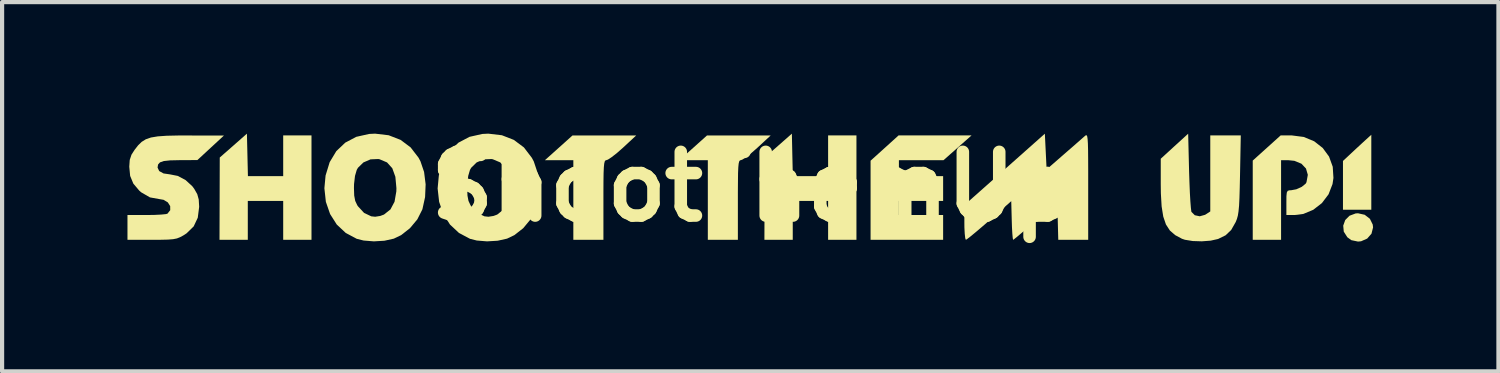
<source format=kicad_pcb>
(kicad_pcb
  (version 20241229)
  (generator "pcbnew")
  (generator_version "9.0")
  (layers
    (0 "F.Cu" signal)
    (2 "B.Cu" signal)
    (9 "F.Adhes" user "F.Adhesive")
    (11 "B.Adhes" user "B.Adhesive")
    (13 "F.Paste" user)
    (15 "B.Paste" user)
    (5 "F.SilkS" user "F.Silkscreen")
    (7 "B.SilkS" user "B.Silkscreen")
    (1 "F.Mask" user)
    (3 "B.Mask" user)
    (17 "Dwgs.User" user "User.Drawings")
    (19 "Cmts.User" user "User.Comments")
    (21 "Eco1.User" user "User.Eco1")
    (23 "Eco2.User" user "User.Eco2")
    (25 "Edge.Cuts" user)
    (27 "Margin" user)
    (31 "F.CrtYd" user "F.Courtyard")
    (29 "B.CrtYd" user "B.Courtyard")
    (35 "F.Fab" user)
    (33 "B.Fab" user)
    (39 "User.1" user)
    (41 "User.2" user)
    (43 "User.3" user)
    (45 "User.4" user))
  (footprint "ShootThemUp"
    (layer "F.Cu")
    (at 14.944 1.418)
    (property "Reference" "ShootThemUp" (at 0 0 0) (layer "F.SilkS") (effects (font (size 1.524 1.524) (thickness 0.3))))
    (attr board_only exclude_from_pos_files exclude_from_bom)
    (fp_poly (pts (xy 14.817 0.55) (xy 14.139 0.55) (xy 14.139 -0.617) (xy 14.319 -0.785) (xy 14.455 -0.912) (xy 14.597 -1.043) (xy 14.658 -1.099) (xy 14.817 -1.244)) (stroke (width 0) (type solid)) (fill yes) (layer "F.SilkS"))
    (fp_poly (pts (xy -12.074 -0.762) (xy -12.062 -0.254) (xy -11.218 -0.254) (xy -11.218 -1.228) (xy -10.541 -1.228) (xy -10.541 1.27) (xy -11.218 1.27) (xy -11.218 0.339) (xy -12.065 0.339) (xy -12.065 1.27) (xy -12.742 1.27) (xy -12.736 -0.699) (xy -12.411 -0.984) (xy -12.086 -1.27)) (stroke (width 0) (type solid)) (fill yes) (layer "F.SilkS"))
    (fp_poly (pts (xy 0.964 -0.762) (xy 0.976 -0.254) (xy 1.82 -0.254) (xy 1.82 -1.228) (xy 2.498 -1.228) (xy 2.498 1.27) (xy 1.82 1.27) (xy 1.82 0.339) (xy 0.974 0.339) (xy 0.974 1.27) (xy 0.296 1.27) (xy 0.299 0.286) (xy 0.303 -0.699) (xy 0.628 -0.984) (xy 0.953 -1.27)) (stroke (width 0) (type solid)) (fill yes) (layer "F.SilkS"))
    (fp_poly (pts (xy 4.916 -0.931) (xy 4.581 -0.635) (xy 3.514 -0.635) (xy 3.514 -0.254) (xy 4.572 -0.254) (xy 4.572 0.339) (xy 3.514 0.339) (xy 3.514 0.677) (xy 4.572 0.677) (xy 4.572 1.27) (xy 2.836 1.27) (xy 2.836 -0.623) (xy 3.171 -0.925) (xy 3.506 -1.228) (xy 5.252 -1.228)) (stroke (width 0) (type solid)) (fill yes) (layer "F.SilkS"))
    (fp_poly (pts (xy 14.659 0.671) (xy 14.783 0.767) (xy 14.851 0.905) (xy 14.859 0.974) (xy 14.821 1.124) (xy 14.718 1.241) (xy 14.572 1.305) (xy 14.499 1.312) (xy 14.338 1.278) (xy 14.243 1.208) (xy 14.158 1.074) (xy 14.145 0.931) (xy 14.193 0.797) (xy 14.295 0.694) (xy 14.442 0.639) (xy 14.499 0.635)) (stroke (width 0) (type solid)) (fill yes) (layer "F.SilkS"))
    (fp_poly (pts (xy -3.09 -0.932) (xy -3.231 -0.808) (xy -3.356 -0.71) (xy -3.447 -0.65) (xy -3.482 -0.637) (xy -3.506 -0.631) (xy -3.524 -0.607) (xy -3.537 -0.554) (xy -3.546 -0.464) (xy -3.552 -0.325) (xy -3.555 -0.128) (xy -3.556 0.139) (xy -3.556 0.318) (xy -3.556 1.27) (xy -4.276 1.27) (xy -4.276 -0.635) (xy -4.956 -0.635) (xy -4.627 -0.93) (xy -4.297 -1.226) (xy -3.535 -1.226) (xy -2.773 -1.226)) (stroke (width 0) (type solid)) (fill yes) (layer "F.SilkS"))
    (fp_poly (pts (xy 0.127 -0.932) (xy -0.014 -0.808) (xy -0.138 -0.71) (xy -0.23 -0.65) (xy -0.265 -0.637) (xy -0.289 -0.631) (xy -0.307 -0.607) (xy -0.32 -0.554) (xy -0.329 -0.464) (xy -0.335 -0.325) (xy -0.337 -0.128) (xy -0.339 0.139) (xy -0.339 0.318) (xy -0.339 1.27) (xy -1.058 1.27) (xy -1.058 -0.635) (xy -1.739 -0.635) (xy -1.409 -0.93) (xy -1.079 -1.226) (xy -0.318 -1.226) (xy 0.445 -1.226)) (stroke (width 0) (type solid)) (fill yes) (layer "F.SilkS"))
    (fp_poly (pts (xy 13.201 -1.191) (xy 13.451 -1.087) (xy 13.655 -0.927) (xy 13.806 -0.721) (xy 13.894 -0.478) (xy 13.911 -0.21) (xy 13.889 -0.064) (xy 13.794 0.181) (xy 13.635 0.391) (xy 13.429 0.551) (xy 13.19 0.651) (xy 12.983 0.677) (xy 12.785 0.677) (xy 12.785 0.381) (xy 12.786 0.226) (xy 12.795 0.138) (xy 12.818 0.097) (xy 12.862 0.085) (xy 12.893 0.085) (xy 13.023 0.061) (xy 13.152 0.003) (xy 13.245 -0.072) (xy 13.266 -0.108) (xy 13.298 -0.285) (xy 13.254 -0.436) (xy 13.145 -0.551) (xy 12.977 -0.62) (xy 12.83 -0.635) (xy 12.658 -0.635) (xy 12.658 1.27) (xy 11.98 1.27) (xy 11.98 -0.626) (xy 12.314 -0.927) (xy 12.648 -1.228) (xy 12.914 -1.228)) (stroke (width 0) (type solid)) (fill yes) (layer "F.SilkS"))
    (fp_poly (pts (xy 10.457 -0.37) (xy 10.466 -0.099) (xy 10.476 0.147) (xy 10.488 0.353) (xy 10.5 0.506) (xy 10.511 0.593) (xy 10.515 0.604) (xy 10.594 0.682) (xy 10.712 0.707) (xy 10.838 0.672) (xy 10.859 0.66) (xy 10.964 0.591) (xy 10.964 -1.228) (xy 11.694 -1.228) (xy 11.676 -0.286) (xy 11.669 0.028) (xy 11.662 0.27) (xy 11.653 0.452) (xy 11.64 0.588) (xy 11.624 0.69) (xy 11.602 0.77) (xy 11.574 0.841) (xy 11.571 0.847) (xy 11.464 1.035) (xy 11.332 1.161) (xy 11.151 1.25) (xy 11.147 1.251) (xy 10.973 1.29) (xy 10.761 1.306) (xy 10.544 1.299) (xy 10.358 1.269) (xy 10.287 1.245) (xy 10.123 1.157) (xy 9.997 1.047) (xy 9.903 0.902) (xy 9.839 0.714) (xy 9.8 0.47) (xy 9.782 0.159) (xy 9.779 -0.068) (xy 9.779 -0.67) (xy 10.107 -0.97) (xy 10.435 -1.269)) (stroke (width 0) (type solid)) (fill yes) (layer "F.SilkS"))
    (fp_poly (pts (xy 7.027 -0.842) (xy 7.048 -0.415) (xy 7.472 -0.784) (xy 7.636 -0.927) (xy 7.783 -1.055) (xy 7.897 -1.155) (xy 7.964 -1.214) (xy 7.969 -1.218) (xy 7.99 -1.233) (xy 8.007 -1.23) (xy 8.02 -1.201) (xy 8.029 -1.139) (xy 8.036 -1.033) (xy 8.04 -0.877) (xy 8.042 -0.662) (xy 8.043 -0.379) (xy 8.043 -0.02) (xy 8.043 1.27) (xy 7.327 1.27) (xy 7.315 0.816) (xy 7.303 0.363) (xy 6.786 0.816) (xy 6.611 0.969) (xy 6.458 1.099) (xy 6.34 1.199) (xy 6.266 1.258) (xy 6.247 1.27) (xy 6.238 1.231) (xy 6.228 1.124) (xy 6.219 0.966) (xy 6.214 0.808) (xy 6.202 0.345) (xy 5.677 0.808) (xy 5.499 0.962) (xy 5.343 1.094) (xy 5.219 1.196) (xy 5.139 1.257) (xy 5.116 1.27) (xy 5.101 1.231) (xy 5.089 1.125) (xy 5.081 0.971) (xy 5.08 0.855) (xy 5.08 0.44) (xy 6.043 -0.414) (xy 7.006 -1.269)) (stroke (width 0) (type solid)) (fill yes) (layer "F.SilkS"))
    (fp_poly (pts (xy -8.695 -1.232) (xy -8.409 -1.121) (xy -8.169 -0.941) (xy -7.979 -0.694) (xy -7.933 -0.607) (xy -7.847 -0.353) (xy -7.81 -0.058) (xy -7.823 0.247) (xy -7.886 0.534) (xy -7.891 0.548) (xy -8.009 0.781) (xy -8.185 0.992) (xy -8.396 1.158) (xy -8.571 1.242) (xy -8.796 1.292) (xy -9.05 1.307) (xy -9.295 1.287) (xy -9.458 1.246) (xy -9.721 1.106) (xy -9.936 0.905) (xy -10.096 0.653) (xy -10.197 0.361) (xy -10.232 0.04) (xy -10.232 0.032) (xy -9.525 0.032) (xy -9.519 0.212) (xy -9.495 0.338) (xy -9.447 0.441) (xy -9.428 0.469) (xy -9.283 0.626) (xy -9.111 0.708) (xy -9.017 0.718) (xy -8.896 0.699) (xy -8.807 0.666) (xy -8.652 0.543) (xy -8.554 0.359) (xy -8.511 0.112) (xy -8.509 0.034) (xy -8.534 -0.238) (xy -8.608 -0.443) (xy -8.734 -0.582) (xy -8.911 -0.657) (xy -8.943 -0.663) (xy -9.128 -0.655) (xy -9.299 -0.581) (xy -9.429 -0.454) (xy -9.458 -0.403) (xy -9.5 -0.26) (xy -9.523 -0.063) (xy -9.525 0.032) (xy -10.232 0.032) (xy -10.204 -0.269) (xy -10.106 -0.588) (xy -9.947 -0.852) (xy -9.733 -1.055) (xy -9.47 -1.194) (xy -9.162 -1.263) (xy -9.019 -1.27)) (stroke (width 0) (type solid)) (fill yes) (layer "F.SilkS"))
    (fp_poly (pts (xy -5.985 -1.232) (xy -5.7 -1.121) (xy -5.459 -0.941) (xy -5.27 -0.694) (xy -5.223 -0.607) (xy -5.138 -0.353) (xy -5.101 -0.058) (xy -5.113 0.247) (xy -5.177 0.534) (xy -5.182 0.548) (xy -5.3 0.781) (xy -5.475 0.992) (xy -5.687 1.158) (xy -5.862 1.242) (xy -6.087 1.292) (xy -6.341 1.307) (xy -6.586 1.287) (xy -6.748 1.246) (xy -7.012 1.106) (xy -7.227 0.905) (xy -7.387 0.653) (xy -7.487 0.361) (xy -7.523 0.04) (xy -7.522 0.032) (xy -6.816 0.032) (xy -6.809 0.212) (xy -6.785 0.338) (xy -6.737 0.441) (xy -6.719 0.469) (xy -6.574 0.626) (xy -6.402 0.708) (xy -6.308 0.718) (xy -6.186 0.699) (xy -6.097 0.666) (xy -5.943 0.543) (xy -5.844 0.359) (xy -5.802 0.112) (xy -5.8 0.034) (xy -5.824 -0.238) (xy -5.899 -0.443) (xy -6.024 -0.582) (xy -6.202 -0.657) (xy -6.233 -0.663) (xy -6.419 -0.655) (xy -6.59 -0.581) (xy -6.72 -0.454) (xy -6.749 -0.403) (xy -6.791 -0.26) (xy -6.813 -0.063) (xy -6.816 0.032) (xy -7.522 0.032) (xy -7.494 -0.269) (xy -7.397 -0.588) (xy -7.238 -0.852) (xy -7.024 -1.055) (xy -6.76 -1.194) (xy -6.453 -1.263) (xy -6.31 -1.27)) (stroke (width 0) (type solid)) (fill yes) (layer "F.SilkS"))
    (fp_poly (pts (xy -12.636 -1.225) (xy -12.954 -0.931) (xy -13.271 -0.638) (xy -13.697 -0.636) (xy -13.921 -0.631) (xy -14.073 -0.615) (xy -14.166 -0.583) (xy -14.212 -0.532) (xy -14.224 -0.459) (xy -14.185 -0.375) (xy -14.081 -0.318) (xy -13.929 -0.296) (xy -13.929 -0.296) (xy -13.741 -0.259) (xy -13.553 -0.159) (xy -13.393 -0.012) (xy -13.346 0.051) (xy -13.274 0.178) (xy -13.239 0.305) (xy -13.229 0.472) (xy -13.229 0.484) (xy -13.262 0.741) (xy -13.36 0.949) (xy -13.53 1.115) (xy -13.607 1.165) (xy -13.685 1.207) (xy -13.761 1.237) (xy -13.852 1.255) (xy -13.977 1.265) (xy -14.152 1.269) (xy -14.365 1.27) (xy -14.944 1.27) (xy -14.944 0.677) (xy -14.489 0.677) (xy -14.298 0.674) (xy -14.137 0.666) (xy -14.027 0.655) (xy -13.988 0.645) (xy -13.921 0.561) (xy -13.922 0.464) (xy -13.978 0.375) (xy -14.08 0.313) (xy -14.179 0.296) (xy -14.406 0.255) (xy -14.615 0.134) (xy -14.662 0.093) (xy -14.804 -0.075) (xy -14.88 -0.259) (xy -14.901 -0.478) (xy -14.89 -0.641) (xy -14.848 -0.767) (xy -14.775 -0.881) (xy -14.69 -0.99) (xy -14.604 -1.074) (xy -14.506 -1.135) (xy -14.382 -1.178) (xy -14.22 -1.205) (xy -14.007 -1.22) (xy -13.732 -1.226) (xy -13.474 -1.226)) (stroke (width 0) (type solid)) (fill yes) (layer "F.SilkS")))
  (gr_rect
    (start -3 -3)
    (end 32.803 5.836)
    (stroke (width 0.1) (type default))
    (fill no)
    (layer "Edge.Cuts")))
</source>
